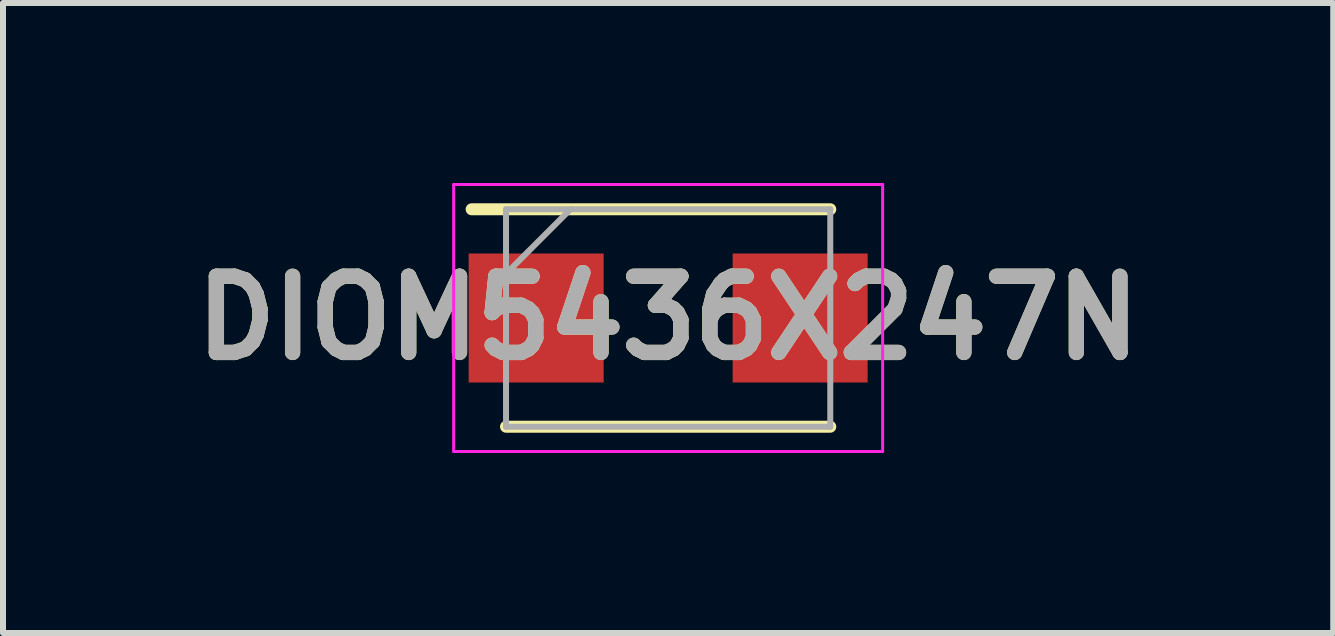
<source format=kicad_pcb>
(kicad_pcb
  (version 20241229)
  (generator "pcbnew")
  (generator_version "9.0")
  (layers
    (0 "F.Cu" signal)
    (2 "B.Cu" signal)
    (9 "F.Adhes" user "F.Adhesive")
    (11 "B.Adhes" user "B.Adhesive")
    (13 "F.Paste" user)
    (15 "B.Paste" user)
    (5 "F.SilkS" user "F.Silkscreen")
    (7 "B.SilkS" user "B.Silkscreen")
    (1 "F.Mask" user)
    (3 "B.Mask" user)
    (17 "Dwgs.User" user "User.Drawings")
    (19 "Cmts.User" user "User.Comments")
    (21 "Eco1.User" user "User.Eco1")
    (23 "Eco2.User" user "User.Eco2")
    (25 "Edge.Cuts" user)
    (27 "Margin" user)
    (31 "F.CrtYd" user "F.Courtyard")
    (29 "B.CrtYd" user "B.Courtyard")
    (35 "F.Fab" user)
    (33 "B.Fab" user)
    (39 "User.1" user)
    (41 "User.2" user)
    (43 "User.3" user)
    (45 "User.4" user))
  (footprint "DIOM5436X247N"
    (layer "F.Cu")
    (at 8.086 2.25)
    (property "Reference" "DIOM5436X247N" (at 0 0 0) (layer "F.SilkS") (effects (font (size 1.27 1.27) (thickness 0.254))))
    (attr smd)
    (fp_line (start -2.702 1.812) (end 2.702 1.812) (stroke (width 0.2) (type solid)) (layer "F.SilkS"))
    (fp_line (start 2.702 -1.812) (end -3.275 -1.812) (stroke (width 0.2) (type solid)) (layer "F.SilkS"))
    (fp_line (start -3.575 -2.225) (end 3.575 -2.225) (stroke (width 0.05) (type solid)) (layer "F.CrtYd"))
    (fp_line (start -3.575 2.225) (end -3.575 -2.225) (stroke (width 0.05) (type solid)) (layer "F.CrtYd"))
    (fp_line (start 3.575 -2.225) (end 3.575 2.225) (stroke (width 0.05) (type solid)) (layer "F.CrtYd"))
    (fp_line (start 3.575 2.225) (end -3.575 2.225) (stroke (width 0.05) (type solid)) (layer "F.CrtYd"))
    (fp_line (start -2.702 -1.812) (end 2.702 -1.812) (stroke (width 0.1) (type solid)) (layer "F.Fab"))
    (fp_line (start -2.702 -0.738) (end -1.628 -1.812) (stroke (width 0.1) (type solid)) (layer "F.Fab"))
    (fp_line (start -2.702 1.812) (end -2.702 -1.812) (stroke (width 0.1) (type solid)) (layer "F.Fab"))
    (fp_line (start 2.702 -1.812) (end 2.702 1.812) (stroke (width 0.1) (type solid)) (layer "F.Fab"))
    (fp_line (start 2.702 1.812) (end -2.702 1.812) (stroke (width 0.1) (type solid)) (layer "F.Fab"))
    (fp_text user "${REFERENCE}" (at 0 0 0) (layer "F.Fab") (effects (font (size 1.27 1.27) (thickness 0.254))))
    (pad "1" smd rect (at -2.2 0 90) (size 2.15 2.25) (layers "F.Cu" "F.Mask" "F.Paste"))
    (pad "2" smd rect (at 2.2 0 90) (size 2.15 2.25) (layers "F.Cu" "F.Mask" "F.Paste")))
  (gr_rect
    (start -3 -3)
    (end 19.171 7.5)
    (stroke (width 0.1) (type default))
    (fill no)
    (layer "Edge.Cuts")))
</source>
